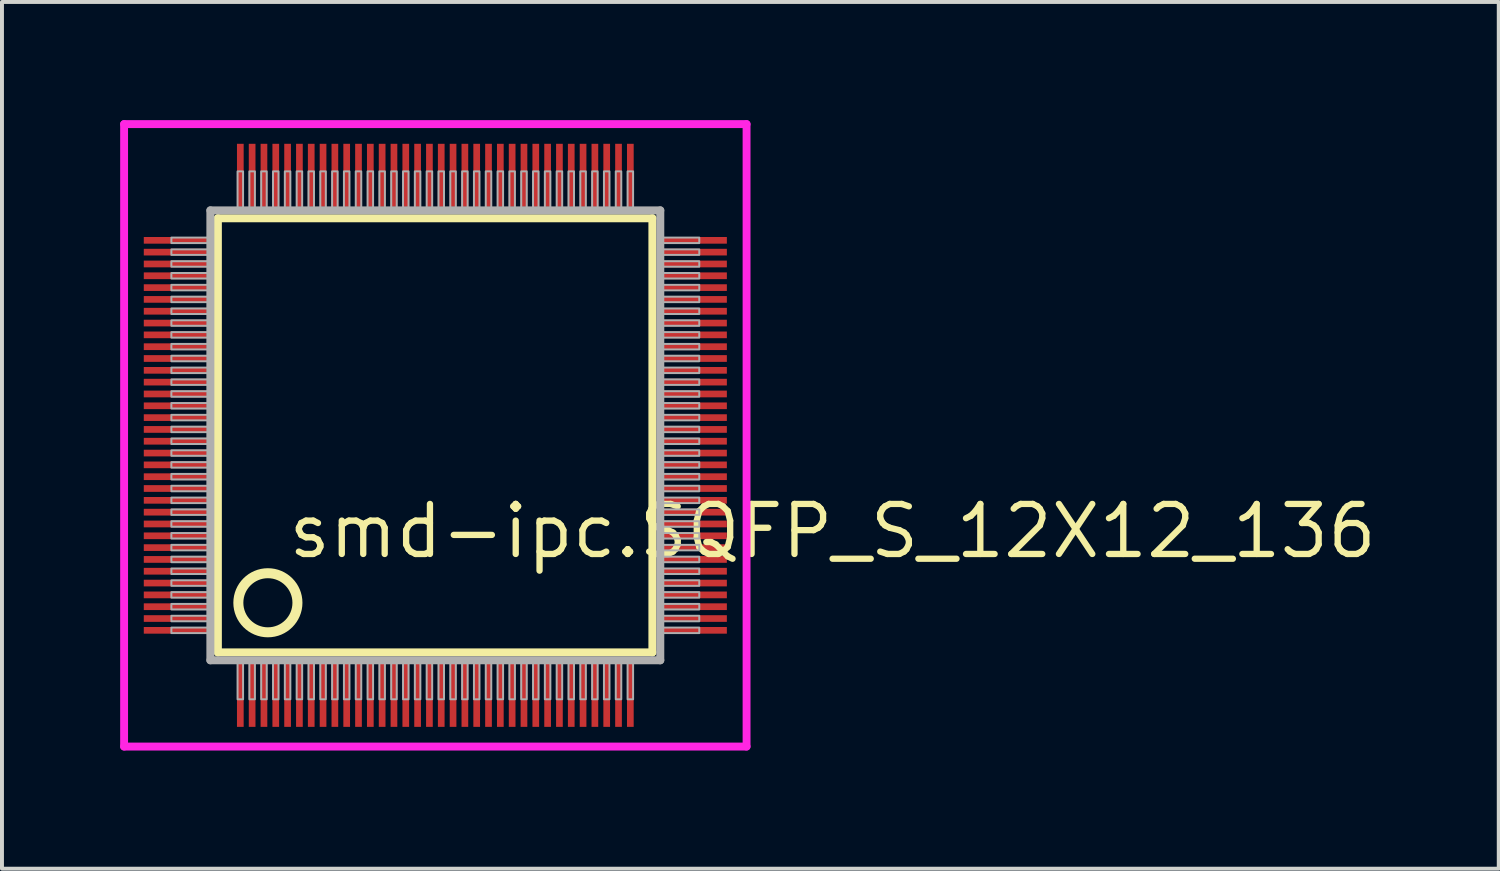
<source format=kicad_pcb>
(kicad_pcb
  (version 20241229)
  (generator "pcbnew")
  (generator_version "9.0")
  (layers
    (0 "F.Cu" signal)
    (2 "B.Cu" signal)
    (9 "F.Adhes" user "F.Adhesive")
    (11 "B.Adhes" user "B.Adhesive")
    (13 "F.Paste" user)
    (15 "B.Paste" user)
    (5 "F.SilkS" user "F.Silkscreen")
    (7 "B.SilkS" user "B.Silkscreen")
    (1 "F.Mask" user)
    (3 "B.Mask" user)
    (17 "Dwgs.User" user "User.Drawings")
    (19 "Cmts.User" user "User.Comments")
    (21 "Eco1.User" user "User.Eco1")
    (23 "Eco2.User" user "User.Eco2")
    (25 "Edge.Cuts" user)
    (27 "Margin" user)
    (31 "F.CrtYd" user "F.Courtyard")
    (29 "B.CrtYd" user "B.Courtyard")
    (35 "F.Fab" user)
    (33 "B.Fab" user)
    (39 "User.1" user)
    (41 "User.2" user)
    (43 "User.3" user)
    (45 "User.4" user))
  (footprint "smd-ipc.SQFP_S_12X12_136"
    (layer "F.Cu")
    (at 8 8)
    (property "Reference" "smd-ipc.SQFP_S_12X12_136" (at -3.81 3.175 0) (layer "F.SilkS") (effects (font (size 1.27 1.27) (thickness 0.16)) (justify left bottom)))
    (attr smd)
    (fp_line (start -5.52 -5.51) (end 5.51 -5.51) (stroke (width 0.203) (type default)) (layer "F.SilkS"))
    (fp_line (start -5.52 5.51) (end -5.52 -5.51) (stroke (width 0.203) (type default)) (layer "F.SilkS"))
    (fp_line (start 5.51 -5.51) (end 5.51 5.51) (stroke (width 0.203) (type default)) (layer "F.SilkS"))
    (fp_line (start 5.51 5.51) (end -5.52 5.51) (stroke (width 0.203) (type default)) (layer "F.SilkS"))
    (fp_circle (center -4.25 4.25) (end -3.5 4.25) (stroke (width 0.254) (type default)) (fill no) (layer "F.SilkS"))
    (fp_line (start -7.9 -7.9) (end 7.9 -7.9) (stroke (width 0.2) (type default)) (layer "F.CrtYd"))
    (fp_line (start -7.9 7.9) (end -7.9 -7.9) (stroke (width 0.2) (type default)) (layer "F.CrtYd"))
    (fp_line (start 7.9 -7.9) (end 7.9 7.9) (stroke (width 0.2) (type default)) (layer "F.CrtYd"))
    (fp_line (start 7.9 7.9) (end -7.9 7.9) (stroke (width 0.2) (type default)) (layer "F.CrtYd"))
    (fp_line (start -5.71 -5.71) (end -5.71 5.71) (stroke (width 0.203) (type default)) (layer "F.Fab"))
    (fp_line (start -5.71 5.71) (end 5.71 5.71) (stroke (width 0.203) (type default)) (layer "F.Fab"))
    (fp_line (start 5.71 -5.71) (end -5.71 -5.71) (stroke (width 0.203) (type default)) (layer "F.Fab"))
    (fp_line (start 5.71 5.71) (end 5.71 -5.71) (stroke (width 0.203) (type default)) (layer "F.Fab"))
    (fp_rect (start -6.7 -4.88) (end -5.75 -5.02) (stroke (width 0.05) (type default)) (fill no) (layer "F.Fab"))
    (fp_rect (start -6.7 -4.58) (end -5.75 -4.72) (stroke (width 0.05) (type default)) (fill no) (layer "F.Fab"))
    (fp_rect (start -6.7 -4.28) (end -5.75 -4.42) (stroke (width 0.05) (type default)) (fill no) (layer "F.Fab"))
    (fp_rect (start -6.7 -3.98) (end -5.75 -4.12) (stroke (width 0.05) (type default)) (fill no) (layer "F.Fab"))
    (fp_rect (start -6.7 -3.68) (end -5.75 -3.82) (stroke (width 0.05) (type default)) (fill no) (layer "F.Fab"))
    (fp_rect (start -6.7 -3.38) (end -5.75 -3.52) (stroke (width 0.05) (type default)) (fill no) (layer "F.Fab"))
    (fp_rect (start -6.7 -3.08) (end -5.75 -3.22) (stroke (width 0.05) (type default)) (fill no) (layer "F.Fab"))
    (fp_rect (start -6.7 -2.78) (end -5.75 -2.92) (stroke (width 0.05) (type default)) (fill no) (layer "F.Fab"))
    (fp_rect (start -6.7 -2.48) (end -5.75 -2.62) (stroke (width 0.05) (type default)) (fill no) (layer "F.Fab"))
    (fp_rect (start -6.7 -2.18) (end -5.75 -2.32) (stroke (width 0.05) (type default)) (fill no) (layer "F.Fab"))
    (fp_rect (start -6.7 -1.88) (end -5.75 -2.02) (stroke (width 0.05) (type default)) (fill no) (layer "F.Fab"))
    (fp_rect (start -6.7 -1.58) (end -5.75 -1.72) (stroke (width 0.05) (type default)) (fill no) (layer "F.Fab"))
    (fp_rect (start -6.7 -1.28) (end -5.75 -1.42) (stroke (width 0.05) (type default)) (fill no) (layer "F.Fab"))
    (fp_rect (start -6.7 -0.98) (end -5.75 -1.12) (stroke (width 0.05) (type default)) (fill no) (layer "F.Fab"))
    (fp_rect (start -6.7 -0.68) (end -5.75 -0.82) (stroke (width 0.05) (type default)) (fill no) (layer "F.Fab"))
    (fp_rect (start -6.7 -0.38) (end -5.75 -0.52) (stroke (width 0.05) (type default)) (fill no) (layer "F.Fab"))
    (fp_rect (start -6.7 -0.08) (end -5.75 -0.22) (stroke (width 0.05) (type default)) (fill no) (layer "F.Fab"))
    (fp_rect (start -6.7 0.22) (end -5.75 0.08) (stroke (width 0.05) (type default)) (fill no) (layer "F.Fab"))
    (fp_rect (start -6.7 0.52) (end -5.75 0.38) (stroke (width 0.05) (type default)) (fill no) (layer "F.Fab"))
    (fp_rect (start -6.7 0.82) (end -5.75 0.68) (stroke (width 0.05) (type default)) (fill no) (layer "F.Fab"))
    (fp_rect (start -6.7 1.12) (end -5.75 0.98) (stroke (width 0.05) (type default)) (fill no) (layer "F.Fab"))
    (fp_rect (start -6.7 1.42) (end -5.75 1.28) (stroke (width 0.05) (type default)) (fill no) (layer "F.Fab"))
    (fp_rect (start -6.7 1.72) (end -5.75 1.58) (stroke (width 0.05) (type default)) (fill no) (layer "F.Fab"))
    (fp_rect (start -6.7 2.02) (end -5.75 1.88) (stroke (width 0.05) (type default)) (fill no) (layer "F.Fab"))
    (fp_rect (start -6.7 2.32) (end -5.75 2.18) (stroke (width 0.05) (type default)) (fill no) (layer "F.Fab"))
    (fp_rect (start -6.7 2.62) (end -5.75 2.48) (stroke (width 0.05) (type default)) (fill no) (layer "F.Fab"))
    (fp_rect (start -6.7 2.92) (end -5.75 2.78) (stroke (width 0.05) (type default)) (fill no) (layer "F.Fab"))
    (fp_rect (start -6.7 3.22) (end -5.75 3.08) (stroke (width 0.05) (type default)) (fill no) (layer "F.Fab"))
    (fp_rect (start -6.7 3.52) (end -5.75 3.38) (stroke (width 0.05) (type default)) (fill no) (layer "F.Fab"))
    (fp_rect (start -6.7 3.82) (end -5.75 3.68) (stroke (width 0.05) (type default)) (fill no) (layer "F.Fab"))
    (fp_rect (start -6.7 4.12) (end -5.75 3.98) (stroke (width 0.05) (type default)) (fill no) (layer "F.Fab"))
    (fp_rect (start -6.7 4.42) (end -5.75 4.28) (stroke (width 0.05) (type default)) (fill no) (layer "F.Fab"))
    (fp_rect (start -6.7 4.72) (end -5.75 4.58) (stroke (width 0.05) (type default)) (fill no) (layer "F.Fab"))
    (fp_rect (start -6.7 5.02) (end -5.75 4.88) (stroke (width 0.05) (type default)) (fill no) (layer "F.Fab"))
    (fp_rect (start -5.02 -5.75) (end -4.88 -6.7) (stroke (width 0.05) (type default)) (fill no) (layer "F.Fab"))
    (fp_rect (start -5.02 6.7) (end -4.88 5.75) (stroke (width 0.05) (type default)) (fill no) (layer "F.Fab"))
    (fp_rect (start -4.72 -5.75) (end -4.58 -6.7) (stroke (width 0.05) (type default)) (fill no) (layer "F.Fab"))
    (fp_rect (start -4.72 6.7) (end -4.58 5.75) (stroke (width 0.05) (type default)) (fill no) (layer "F.Fab"))
    (fp_rect (start -4.42 -5.75) (end -4.28 -6.7) (stroke (width 0.05) (type default)) (fill no) (layer "F.Fab"))
    (fp_rect (start -4.42 6.7) (end -4.28 5.75) (stroke (width 0.05) (type default)) (fill no) (layer "F.Fab"))
    (fp_rect (start -4.12 -5.75) (end -3.98 -6.7) (stroke (width 0.05) (type default)) (fill no) (layer "F.Fab"))
    (fp_rect (start -4.12 6.7) (end -3.98 5.75) (stroke (width 0.05) (type default)) (fill no) (layer "F.Fab"))
    (fp_rect (start -3.82 -5.75) (end -3.68 -6.7) (stroke (width 0.05) (type default)) (fill no) (layer "F.Fab"))
    (fp_rect (start -3.82 6.7) (end -3.68 5.75) (stroke (width 0.05) (type default)) (fill no) (layer "F.Fab"))
    (fp_rect (start -3.52 -5.75) (end -3.38 -6.7) (stroke (width 0.05) (type default)) (fill no) (layer "F.Fab"))
    (fp_rect (start -3.52 6.7) (end -3.38 5.75) (stroke (width 0.05) (type default)) (fill no) (layer "F.Fab"))
    (fp_rect (start -3.22 -5.75) (end -3.08 -6.7) (stroke (width 0.05) (type default)) (fill no) (layer "F.Fab"))
    (fp_rect (start -3.22 6.7) (end -3.08 5.75) (stroke (width 0.05) (type default)) (fill no) (layer "F.Fab"))
    (fp_rect (start -2.92 -5.75) (end -2.78 -6.7) (stroke (width 0.05) (type default)) (fill no) (layer "F.Fab"))
    (fp_rect (start -2.92 6.7) (end -2.78 5.75) (stroke (width 0.05) (type default)) (fill no) (layer "F.Fab"))
    (fp_rect (start -2.62 -5.75) (end -2.48 -6.7) (stroke (width 0.05) (type default)) (fill no) (layer "F.Fab"))
    (fp_rect (start -2.62 6.7) (end -2.48 5.75) (stroke (width 0.05) (type default)) (fill no) (layer "F.Fab"))
    (fp_rect (start -2.32 -5.75) (end -2.18 -6.7) (stroke (width 0.05) (type default)) (fill no) (layer "F.Fab"))
    (fp_rect (start -2.32 6.7) (end -2.18 5.75) (stroke (width 0.05) (type default)) (fill no) (layer "F.Fab"))
    (fp_rect (start -2.02 -5.75) (end -1.88 -6.7) (stroke (width 0.05) (type default)) (fill no) (layer "F.Fab"))
    (fp_rect (start -2.02 6.7) (end -1.88 5.75) (stroke (width 0.05) (type default)) (fill no) (layer "F.Fab"))
    (fp_rect (start -1.72 -5.75) (end -1.58 -6.7) (stroke (width 0.05) (type default)) (fill no) (layer "F.Fab"))
    (fp_rect (start -1.72 6.7) (end -1.58 5.75) (stroke (width 0.05) (type default)) (fill no) (layer "F.Fab"))
    (fp_rect (start -1.42 -5.75) (end -1.28 -6.7) (stroke (width 0.05) (type default)) (fill no) (layer "F.Fab"))
    (fp_rect (start -1.42 6.7) (end -1.28 5.75) (stroke (width 0.05) (type default)) (fill no) (layer "F.Fab"))
    (fp_rect (start -1.12 -5.75) (end -0.98 -6.7) (stroke (width 0.05) (type default)) (fill no) (layer "F.Fab"))
    (fp_rect (start -1.12 6.7) (end -0.98 5.75) (stroke (width 0.05) (type default)) (fill no) (layer "F.Fab"))
    (fp_rect (start -0.82 -5.75) (end -0.68 -6.7) (stroke (width 0.05) (type default)) (fill no) (layer "F.Fab"))
    (fp_rect (start -0.82 6.7) (end -0.68 5.75) (stroke (width 0.05) (type default)) (fill no) (layer "F.Fab"))
    (fp_rect (start -0.52 -5.75) (end -0.38 -6.7) (stroke (width 0.05) (type default)) (fill no) (layer "F.Fab"))
    (fp_rect (start -0.52 6.7) (end -0.38 5.75) (stroke (width 0.05) (type default)) (fill no) (layer "F.Fab"))
    (fp_rect (start -0.22 -5.75) (end -0.08 -6.7) (stroke (width 0.05) (type default)) (fill no) (layer "F.Fab"))
    (fp_rect (start -0.22 6.7) (end -0.08 5.75) (stroke (width 0.05) (type default)) (fill no) (layer "F.Fab"))
    (fp_rect (start 0.08 -5.75) (end 0.22 -6.7) (stroke (width 0.05) (type default)) (fill no) (layer "F.Fab"))
    (fp_rect (start 0.08 6.7) (end 0.22 5.75) (stroke (width 0.05) (type default)) (fill no) (layer "F.Fab"))
    (fp_rect (start 0.38 -5.75) (end 0.52 -6.7) (stroke (width 0.05) (type default)) (fill no) (layer "F.Fab"))
    (fp_rect (start 0.38 6.7) (end 0.52 5.75) (stroke (width 0.05) (type default)) (fill no) (layer "F.Fab"))
    (fp_rect (start 0.68 -5.75) (end 0.82 -6.7) (stroke (width 0.05) (type default)) (fill no) (layer "F.Fab"))
    (fp_rect (start 0.68 6.7) (end 0.82 5.75) (stroke (width 0.05) (type default)) (fill no) (layer "F.Fab"))
    (fp_rect (start 0.98 -5.75) (end 1.12 -6.7) (stroke (width 0.05) (type default)) (fill no) (layer "F.Fab"))
    (fp_rect (start 0.98 6.7) (end 1.12 5.75) (stroke (width 0.05) (type default)) (fill no) (layer "F.Fab"))
    (fp_rect (start 1.28 -5.75) (end 1.42 -6.7) (stroke (width 0.05) (type default)) (fill no) (layer "F.Fab"))
    (fp_rect (start 1.28 6.7) (end 1.42 5.75) (stroke (width 0.05) (type default)) (fill no) (layer "F.Fab"))
    (fp_rect (start 1.58 -5.75) (end 1.72 -6.7) (stroke (width 0.05) (type default)) (fill no) (layer "F.Fab"))
    (fp_rect (start 1.58 6.7) (end 1.72 5.75) (stroke (width 0.05) (type default)) (fill no) (layer "F.Fab"))
    (fp_rect (start 1.88 -5.75) (end 2.02 -6.7) (stroke (width 0.05) (type default)) (fill no) (layer "F.Fab"))
    (fp_rect (start 1.88 6.7) (end 2.02 5.75) (stroke (width 0.05) (type default)) (fill no) (layer "F.Fab"))
    (fp_rect (start 2.18 -5.75) (end 2.32 -6.7) (stroke (width 0.05) (type default)) (fill no) (layer "F.Fab"))
    (fp_rect (start 2.18 6.7) (end 2.32 5.75) (stroke (width 0.05) (type default)) (fill no) (layer "F.Fab"))
    (fp_rect (start 2.48 -5.75) (end 2.62 -6.7) (stroke (width 0.05) (type default)) (fill no) (layer "F.Fab"))
    (fp_rect (start 2.48 6.7) (end 2.62 5.75) (stroke (width 0.05) (type default)) (fill no) (layer "F.Fab"))
    (fp_rect (start 2.78 -5.75) (end 2.92 -6.7) (stroke (width 0.05) (type default)) (fill no) (layer "F.Fab"))
    (fp_rect (start 2.78 6.7) (end 2.92 5.75) (stroke (width 0.05) (type default)) (fill no) (layer "F.Fab"))
    (fp_rect (start 3.08 -5.75) (end 3.22 -6.7) (stroke (width 0.05) (type default)) (fill no) (layer "F.Fab"))
    (fp_rect (start 3.08 6.7) (end 3.22 5.75) (stroke (width 0.05) (type default)) (fill no) (layer "F.Fab"))
    (fp_rect (start 3.38 -5.75) (end 3.52 -6.7) (stroke (width 0.05) (type default)) (fill no) (layer "F.Fab"))
    (fp_rect (start 3.38 6.7) (end 3.52 5.75) (stroke (width 0.05) (type default)) (fill no) (layer "F.Fab"))
    (fp_rect (start 3.68 -5.75) (end 3.82 -6.7) (stroke (width 0.05) (type default)) (fill no) (layer "F.Fab"))
    (fp_rect (start 3.68 6.7) (end 3.82 5.75) (stroke (width 0.05) (type default)) (fill no) (layer "F.Fab"))
    (fp_rect (start 3.98 -5.75) (end 4.12 -6.7) (stroke (width 0.05) (type default)) (fill no) (layer "F.Fab"))
    (fp_rect (start 3.98 6.7) (end 4.12 5.75) (stroke (width 0.05) (type default)) (fill no) (layer "F.Fab"))
    (fp_rect (start 4.28 -5.75) (end 4.42 -6.7) (stroke (width 0.05) (type default)) (fill no) (layer "F.Fab"))
    (fp_rect (start 4.28 6.7) (end 4.42 5.75) (stroke (width 0.05) (type default)) (fill no) (layer "F.Fab"))
    (fp_rect (start 4.58 -5.75) (end 4.72 -6.7) (stroke (width 0.05) (type default)) (fill no) (layer "F.Fab"))
    (fp_rect (start 4.58 6.7) (end 4.72 5.75) (stroke (width 0.05) (type default)) (fill no) (layer "F.Fab"))
    (fp_rect (start 4.88 -5.75) (end 5.02 -6.7) (stroke (width 0.05) (type default)) (fill no) (layer "F.Fab"))
    (fp_rect (start 4.88 6.7) (end 5.02 5.75) (stroke (width 0.05) (type default)) (fill no) (layer "F.Fab"))
    (fp_rect (start 5.75 -4.88) (end 6.7 -5.02) (stroke (width 0.05) (type default)) (fill no) (layer "F.Fab"))
    (fp_rect (start 5.75 -4.58) (end 6.7 -4.72) (stroke (width 0.05) (type default)) (fill no) (layer "F.Fab"))
    (fp_rect (start 5.75 -4.28) (end 6.7 -4.42) (stroke (width 0.05) (type default)) (fill no) (layer "F.Fab"))
    (fp_rect (start 5.75 -3.98) (end 6.7 -4.12) (stroke (width 0.05) (type default)) (fill no) (layer "F.Fab"))
    (fp_rect (start 5.75 -3.68) (end 6.7 -3.82) (stroke (width 0.05) (type default)) (fill no) (layer "F.Fab"))
    (fp_rect (start 5.75 -3.38) (end 6.7 -3.52) (stroke (width 0.05) (type default)) (fill no) (layer "F.Fab"))
    (fp_rect (start 5.75 -3.08) (end 6.7 -3.22) (stroke (width 0.05) (type default)) (fill no) (layer "F.Fab"))
    (fp_rect (start 5.75 -2.78) (end 6.7 -2.92) (stroke (width 0.05) (type default)) (fill no) (layer "F.Fab"))
    (fp_rect (start 5.75 -2.48) (end 6.7 -2.62) (stroke (width 0.05) (type default)) (fill no) (layer "F.Fab"))
    (fp_rect (start 5.75 -2.18) (end 6.7 -2.32) (stroke (width 0.05) (type default)) (fill no) (layer "F.Fab"))
    (fp_rect (start 5.75 -1.88) (end 6.7 -2.02) (stroke (width 0.05) (type default)) (fill no) (layer "F.Fab"))
    (fp_rect (start 5.75 -1.58) (end 6.7 -1.72) (stroke (width 0.05) (type default)) (fill no) (layer "F.Fab"))
    (fp_rect (start 5.75 -1.28) (end 6.7 -1.42) (stroke (width 0.05) (type default)) (fill no) (layer "F.Fab"))
    (fp_rect (start 5.75 -0.98) (end 6.7 -1.12) (stroke (width 0.05) (type default)) (fill no) (layer "F.Fab"))
    (fp_rect (start 5.75 -0.68) (end 6.7 -0.82) (stroke (width 0.05) (type default)) (fill no) (layer "F.Fab"))
    (fp_rect (start 5.75 -0.38) (end 6.7 -0.52) (stroke (width 0.05) (type default)) (fill no) (layer "F.Fab"))
    (fp_rect (start 5.75 -0.08) (end 6.7 -0.22) (stroke (width 0.05) (type default)) (fill no) (layer "F.Fab"))
    (fp_rect (start 5.75 0.22) (end 6.7 0.08) (stroke (width 0.05) (type default)) (fill no) (layer "F.Fab"))
    (fp_rect (start 5.75 0.52) (end 6.7 0.38) (stroke (width 0.05) (type default)) (fill no) (layer "F.Fab"))
    (fp_rect (start 5.75 0.82) (end 6.7 0.68) (stroke (width 0.05) (type default)) (fill no) (layer "F.Fab"))
    (fp_rect (start 5.75 1.12) (end 6.7 0.98) (stroke (width 0.05) (type default)) (fill no) (layer "F.Fab"))
    (fp_rect (start 5.75 1.42) (end 6.7 1.28) (stroke (width 0.05) (type default)) (fill no) (layer "F.Fab"))
    (fp_rect (start 5.75 1.72) (end 6.7 1.58) (stroke (width 0.05) (type default)) (fill no) (layer "F.Fab"))
    (fp_rect (start 5.75 2.02) (end 6.7 1.88) (stroke (width 0.05) (type default)) (fill no) (layer "F.Fab"))
    (fp_rect (start 5.75 2.32) (end 6.7 2.18) (stroke (width 0.05) (type default)) (fill no) (layer "F.Fab"))
    (fp_rect (start 5.75 2.62) (end 6.7 2.48) (stroke (width 0.05) (type default)) (fill no) (layer "F.Fab"))
    (fp_rect (start 5.75 2.92) (end 6.7 2.78) (stroke (width 0.05) (type default)) (fill no) (layer "F.Fab"))
    (fp_rect (start 5.75 3.22) (end 6.7 3.08) (stroke (width 0.05) (type default)) (fill no) (layer "F.Fab"))
    (fp_rect (start 5.75 3.52) (end 6.7 3.38) (stroke (width 0.05) (type default)) (fill no) (layer "F.Fab"))
    (fp_rect (start 5.75 3.82) (end 6.7 3.68) (stroke (width 0.05) (type default)) (fill no) (layer "F.Fab"))
    (fp_rect (start 5.75 4.12) (end 6.7 3.98) (stroke (width 0.05) (type default)) (fill no) (layer "F.Fab"))
    (fp_rect (start 5.75 4.42) (end 6.7 4.28) (stroke (width 0.05) (type default)) (fill no) (layer "F.Fab"))
    (fp_rect (start 5.75 4.72) (end 6.7 4.58) (stroke (width 0.05) (type default)) (fill no) (layer "F.Fab"))
    (fp_rect (start 5.75 5.02) (end 6.7 4.88) (stroke (width 0.05) (type default)) (fill no) (layer "F.Fab"))
    (pad "1" smd roundrect (at -4.95 6.6) (size 0.17 1.6) (layers "F.Cu" "F.Mask" "F.Paste") (roundrect_rratio 0.01))
    (pad "2" smd roundrect (at -4.65 6.6) (size 0.17 1.6) (layers "F.Cu" "F.Mask" "F.Paste") (roundrect_rratio 0.01))
    (pad "3" smd roundrect (at -4.35 6.6) (size 0.17 1.6) (layers "F.Cu" "F.Mask" "F.Paste") (roundrect_rratio 0.01))
    (pad "4" smd roundrect (at -4.05 6.6) (size 0.17 1.6) (layers "F.Cu" "F.Mask" "F.Paste") (roundrect_rratio 0.01))
    (pad "5" smd roundrect (at -3.75 6.6) (size 0.17 1.6) (layers "F.Cu" "F.Mask" "F.Paste") (roundrect_rratio 0.01))
    (pad "6" smd roundrect (at -3.45 6.6) (size 0.17 1.6) (layers "F.Cu" "F.Mask" "F.Paste") (roundrect_rratio 0.01))
    (pad "7" smd roundrect (at -3.15 6.6) (size 0.17 1.6) (layers "F.Cu" "F.Mask" "F.Paste") (roundrect_rratio 0.01))
    (pad "8" smd roundrect (at -2.85 6.6) (size 0.17 1.6) (layers "F.Cu" "F.Mask" "F.Paste") (roundrect_rratio 0.01))
    (pad "9" smd roundrect (at -2.55 6.6) (size 0.17 1.6) (layers "F.Cu" "F.Mask" "F.Paste") (roundrect_rratio 0.01))
    (pad "10" smd roundrect (at -2.25 6.6) (size 0.17 1.6) (layers "F.Cu" "F.Mask" "F.Paste") (roundrect_rratio 0.01))
    (pad "11" smd roundrect (at -1.95 6.6) (size 0.17 1.6) (layers "F.Cu" "F.Mask" "F.Paste") (roundrect_rratio 0.01))
    (pad "12" smd roundrect (at -1.65 6.6) (size 0.17 1.6) (layers "F.Cu" "F.Mask" "F.Paste") (roundrect_rratio 0.01))
    (pad "13" smd roundrect (at -1.35 6.6) (size 0.17 1.6) (layers "F.Cu" "F.Mask" "F.Paste") (roundrect_rratio 0.01))
    (pad "14" smd roundrect (at -1.05 6.6) (size 0.17 1.6) (layers "F.Cu" "F.Mask" "F.Paste") (roundrect_rratio 0.01))
    (pad "15" smd roundrect (at -0.75 6.6) (size 0.17 1.6) (layers "F.Cu" "F.Mask" "F.Paste") (roundrect_rratio 0.01))
    (pad "16" smd roundrect (at -0.45 6.6) (size 0.17 1.6) (layers "F.Cu" "F.Mask" "F.Paste") (roundrect_rratio 0.01))
    (pad "17" smd roundrect (at -0.15 6.6) (size 0.17 1.6) (layers "F.Cu" "F.Mask" "F.Paste") (roundrect_rratio 0.01))
    (pad "18" smd roundrect (at 0.15 6.6) (size 0.17 1.6) (layers "F.Cu" "F.Mask" "F.Paste") (roundrect_rratio 0.01))
    (pad "19" smd roundrect (at 0.45 6.6) (size 0.17 1.6) (layers "F.Cu" "F.Mask" "F.Paste") (roundrect_rratio 0.01))
    (pad "20" smd roundrect (at 0.75 6.6) (size 0.17 1.6) (layers "F.Cu" "F.Mask" "F.Paste") (roundrect_rratio 0.01))
    (pad "21" smd roundrect (at 1.05 6.6) (size 0.17 1.6) (layers "F.Cu" "F.Mask" "F.Paste") (roundrect_rratio 0.01))
    (pad "22" smd roundrect (at 1.35 6.6) (size 0.17 1.6) (layers "F.Cu" "F.Mask" "F.Paste") (roundrect_rratio 0.01))
    (pad "23" smd roundrect (at 1.65 6.6) (size 0.17 1.6) (layers "F.Cu" "F.Mask" "F.Paste") (roundrect_rratio 0.01))
    (pad "24" smd roundrect (at 1.95 6.6) (size 0.17 1.6) (layers "F.Cu" "F.Mask" "F.Paste") (roundrect_rratio 0.01))
    (pad "25" smd roundrect (at 2.25 6.6) (size 0.17 1.6) (layers "F.Cu" "F.Mask" "F.Paste") (roundrect_rratio 0.01))
    (pad "26" smd roundrect (at 2.55 6.6) (size 0.17 1.6) (layers "F.Cu" "F.Mask" "F.Paste") (roundrect_rratio 0.01))
    (pad "27" smd roundrect (at 2.85 6.6) (size 0.17 1.6) (layers "F.Cu" "F.Mask" "F.Paste") (roundrect_rratio 0.01))
    (pad "28" smd roundrect (at 3.15 6.6) (size 0.17 1.6) (layers "F.Cu" "F.Mask" "F.Paste") (roundrect_rratio 0.01))
    (pad "29" smd roundrect (at 3.45 6.6) (size 0.17 1.6) (layers "F.Cu" "F.Mask" "F.Paste") (roundrect_rratio 0.01))
    (pad "30" smd roundrect (at 3.75 6.6) (size 0.17 1.6) (layers "F.Cu" "F.Mask" "F.Paste") (roundrect_rratio 0.01))
    (pad "31" smd roundrect (at 4.05 6.6) (size 0.17 1.6) (layers "F.Cu" "F.Mask" "F.Paste") (roundrect_rratio 0.01))
    (pad "32" smd roundrect (at 4.35 6.6) (size 0.17 1.6) (layers "F.Cu" "F.Mask" "F.Paste") (roundrect_rratio 0.01))
    (pad "33" smd roundrect (at 4.65 6.6) (size 0.17 1.6) (layers "F.Cu" "F.Mask" "F.Paste") (roundrect_rratio 0.01))
    (pad "34" smd roundrect (at 4.95 6.6) (size 0.17 1.6) (layers "F.Cu" "F.Mask" "F.Paste") (roundrect_rratio 0.01))
    (pad "35" smd roundrect (at 6.6 4.95) (size 1.6 0.17) (layers "F.Cu" "F.Mask" "F.Paste") (roundrect_rratio 0.01))
    (pad "36" smd roundrect (at 6.6 4.65) (size 1.6 0.17) (layers "F.Cu" "F.Mask" "F.Paste") (roundrect_rratio 0.01))
    (pad "37" smd roundrect (at 6.6 4.35) (size 1.6 0.17) (layers "F.Cu" "F.Mask" "F.Paste") (roundrect_rratio 0.01))
    (pad "38" smd roundrect (at 6.6 4.05) (size 1.6 0.17) (layers "F.Cu" "F.Mask" "F.Paste") (roundrect_rratio 0.01))
    (pad "39" smd roundrect (at 6.6 3.75) (size 1.6 0.17) (layers "F.Cu" "F.Mask" "F.Paste") (roundrect_rratio 0.01))
    (pad "40" smd roundrect (at 6.6 3.45) (size 1.6 0.17) (layers "F.Cu" "F.Mask" "F.Paste") (roundrect_rratio 0.01))
    (pad "41" smd roundrect (at 6.6 3.15) (size 1.6 0.17) (layers "F.Cu" "F.Mask" "F.Paste") (roundrect_rratio 0.01))
    (pad "42" smd roundrect (at 6.6 2.85) (size 1.6 0.17) (layers "F.Cu" "F.Mask" "F.Paste") (roundrect_rratio 0.01))
    (pad "43" smd roundrect (at 6.6 2.55) (size 1.6 0.17) (layers "F.Cu" "F.Mask" "F.Paste") (roundrect_rratio 0.01))
    (pad "44" smd roundrect (at 6.6 2.25) (size 1.6 0.17) (layers "F.Cu" "F.Mask" "F.Paste") (roundrect_rratio 0.01))
    (pad "45" smd roundrect (at 6.6 1.95) (size 1.6 0.17) (layers "F.Cu" "F.Mask" "F.Paste") (roundrect_rratio 0.01))
    (pad "46" smd roundrect (at 6.6 1.65) (size 1.6 0.17) (layers "F.Cu" "F.Mask" "F.Paste") (roundrect_rratio 0.01))
    (pad "47" smd roundrect (at 6.6 1.35) (size 1.6 0.17) (layers "F.Cu" "F.Mask" "F.Paste") (roundrect_rratio 0.01))
    (pad "48" smd roundrect (at 6.6 1.05) (size 1.6 0.17) (layers "F.Cu" "F.Mask" "F.Paste") (roundrect_rratio 0.01))
    (pad "49" smd roundrect (at 6.6 0.75) (size 1.6 0.17) (layers "F.Cu" "F.Mask" "F.Paste") (roundrect_rratio 0.01))
    (pad "50" smd roundrect (at 6.6 0.45) (size 1.6 0.17) (layers "F.Cu" "F.Mask" "F.Paste") (roundrect_rratio 0.01))
    (pad "51" smd roundrect (at 6.6 0.15) (size 1.6 0.17) (layers "F.Cu" "F.Mask" "F.Paste") (roundrect_rratio 0.01))
    (pad "52" smd roundrect (at 6.6 -0.15) (size 1.6 0.17) (layers "F.Cu" "F.Mask" "F.Paste") (roundrect_rratio 0.01))
    (pad "53" smd roundrect (at 6.6 -0.45) (size 1.6 0.17) (layers "F.Cu" "F.Mask" "F.Paste") (roundrect_rratio 0.01))
    (pad "54" smd roundrect (at 6.6 -0.75) (size 1.6 0.17) (layers "F.Cu" "F.Mask" "F.Paste") (roundrect_rratio 0.01))
    (pad "55" smd roundrect (at 6.6 -1.05) (size 1.6 0.17) (layers "F.Cu" "F.Mask" "F.Paste") (roundrect_rratio 0.01))
    (pad "56" smd roundrect (at 6.6 -1.35) (size 1.6 0.17) (layers "F.Cu" "F.Mask" "F.Paste") (roundrect_rratio 0.01))
    (pad "57" smd roundrect (at 6.6 -1.65) (size 1.6 0.17) (layers "F.Cu" "F.Mask" "F.Paste") (roundrect_rratio 0.01))
    (pad "58" smd roundrect (at 6.6 -1.95) (size 1.6 0.17) (layers "F.Cu" "F.Mask" "F.Paste") (roundrect_rratio 0.01))
    (pad "59" smd roundrect (at 6.6 -2.25) (size 1.6 0.17) (layers "F.Cu" "F.Mask" "F.Paste") (roundrect_rratio 0.01))
    (pad "60" smd roundrect (at 6.6 -2.55) (size 1.6 0.17) (layers "F.Cu" "F.Mask" "F.Paste") (roundrect_rratio 0.01))
    (pad "61" smd roundrect (at 6.6 -2.85) (size 1.6 0.17) (layers "F.Cu" "F.Mask" "F.Paste") (roundrect_rratio 0.01))
    (pad "62" smd roundrect (at 6.6 -3.15) (size 1.6 0.17) (layers "F.Cu" "F.Mask" "F.Paste") (roundrect_rratio 0.01))
    (pad "63" smd roundrect (at 6.6 -3.45) (size 1.6 0.17) (layers "F.Cu" "F.Mask" "F.Paste") (roundrect_rratio 0.01))
    (pad "64" smd roundrect (at 6.6 -3.75) (size 1.6 0.17) (layers "F.Cu" "F.Mask" "F.Paste") (roundrect_rratio 0.01))
    (pad "65" smd roundrect (at 6.6 -4.05) (size 1.6 0.17) (layers "F.Cu" "F.Mask" "F.Paste") (roundrect_rratio 0.01))
    (pad "66" smd roundrect (at 6.6 -4.35) (size 1.6 0.17) (layers "F.Cu" "F.Mask" "F.Paste") (roundrect_rratio 0.01))
    (pad "67" smd roundrect (at 6.6 -4.65) (size 1.6 0.17) (layers "F.Cu" "F.Mask" "F.Paste") (roundrect_rratio 0.01))
    (pad "68" smd roundrect (at 6.6 -4.95) (size 1.6 0.17) (layers "F.Cu" "F.Mask" "F.Paste") (roundrect_rratio 0.01))
    (pad "69" smd roundrect (at 4.95 -6.6) (size 0.17 1.6) (layers "F.Cu" "F.Mask" "F.Paste") (roundrect_rratio 0.01))
    (pad "70" smd roundrect (at 4.65 -6.6) (size 0.17 1.6) (layers "F.Cu" "F.Mask" "F.Paste") (roundrect_rratio 0.01))
    (pad "71" smd roundrect (at 4.35 -6.6) (size 0.17 1.6) (layers "F.Cu" "F.Mask" "F.Paste") (roundrect_rratio 0.01))
    (pad "72" smd roundrect (at 4.05 -6.6) (size 0.17 1.6) (layers "F.Cu" "F.Mask" "F.Paste") (roundrect_rratio 0.01))
    (pad "73" smd roundrect (at 3.75 -6.6) (size 0.17 1.6) (layers "F.Cu" "F.Mask" "F.Paste") (roundrect_rratio 0.01))
    (pad "74" smd roundrect (at 3.45 -6.6) (size 0.17 1.6) (layers "F.Cu" "F.Mask" "F.Paste") (roundrect_rratio 0.01))
    (pad "75" smd roundrect (at 3.15 -6.6) (size 0.17 1.6) (layers "F.Cu" "F.Mask" "F.Paste") (roundrect_rratio 0.01))
    (pad "76" smd roundrect (at 2.85 -6.6) (size 0.17 1.6) (layers "F.Cu" "F.Mask" "F.Paste") (roundrect_rratio 0.01))
    (pad "77" smd roundrect (at 2.55 -6.6) (size 0.17 1.6) (layers "F.Cu" "F.Mask" "F.Paste") (roundrect_rratio 0.01))
    (pad "78" smd roundrect (at 2.25 -6.6) (size 0.17 1.6) (layers "F.Cu" "F.Mask" "F.Paste") (roundrect_rratio 0.01))
    (pad "79" smd roundrect (at 1.95 -6.6) (size 0.17 1.6) (layers "F.Cu" "F.Mask" "F.Paste") (roundrect_rratio 0.01))
    (pad "80" smd roundrect (at 1.65 -6.6) (size 0.17 1.6) (layers "F.Cu" "F.Mask" "F.Paste") (roundrect_rratio 0.01))
    (pad "81" smd roundrect (at 1.35 -6.6) (size 0.17 1.6) (layers "F.Cu" "F.Mask" "F.Paste") (roundrect_rratio 0.01))
    (pad "82" smd roundrect (at 1.05 -6.6) (size 0.17 1.6) (layers "F.Cu" "F.Mask" "F.Paste") (roundrect_rratio 0.01))
    (pad "83" smd roundrect (at 0.75 -6.6) (size 0.17 1.6) (layers "F.Cu" "F.Mask" "F.Paste") (roundrect_rratio 0.01))
    (pad "84" smd roundrect (at 0.45 -6.6) (size 0.17 1.6) (layers "F.Cu" "F.Mask" "F.Paste") (roundrect_rratio 0.01))
    (pad "85" smd roundrect (at 0.15 -6.6) (size 0.17 1.6) (layers "F.Cu" "F.Mask" "F.Paste") (roundrect_rratio 0.01))
    (pad "86" smd roundrect (at -0.15 -6.6) (size 0.17 1.6) (layers "F.Cu" "F.Mask" "F.Paste") (roundrect_rratio 0.01))
    (pad "87" smd roundrect (at -0.45 -6.6) (size 0.17 1.6) (layers "F.Cu" "F.Mask" "F.Paste") (roundrect_rratio 0.01))
    (pad "88" smd roundrect (at -0.75 -6.6) (size 0.17 1.6) (layers "F.Cu" "F.Mask" "F.Paste") (roundrect_rratio 0.01))
    (pad "89" smd roundrect (at -1.05 -6.6) (size 0.17 1.6) (layers "F.Cu" "F.Mask" "F.Paste") (roundrect_rratio 0.01))
    (pad "90" smd roundrect (at -1.35 -6.6) (size 0.17 1.6) (layers "F.Cu" "F.Mask" "F.Paste") (roundrect_rratio 0.01))
    (pad "91" smd roundrect (at -1.65 -6.6) (size 0.17 1.6) (layers "F.Cu" "F.Mask" "F.Paste") (roundrect_rratio 0.01))
    (pad "92" smd roundrect (at -1.95 -6.6) (size 0.17 1.6) (layers "F.Cu" "F.Mask" "F.Paste") (roundrect_rratio 0.01))
    (pad "93" smd roundrect (at -2.25 -6.6) (size 0.17 1.6) (layers "F.Cu" "F.Mask" "F.Paste") (roundrect_rratio 0.01))
    (pad "94" smd roundrect (at -2.55 -6.6) (size 0.17 1.6) (layers "F.Cu" "F.Mask" "F.Paste") (roundrect_rratio 0.01))
    (pad "95" smd roundrect (at -2.85 -6.6) (size 0.17 1.6) (layers "F.Cu" "F.Mask" "F.Paste") (roundrect_rratio 0.01))
    (pad "96" smd roundrect (at -3.15 -6.6) (size 0.17 1.6) (layers "F.Cu" "F.Mask" "F.Paste") (roundrect_rratio 0.01))
    (pad "97" smd roundrect (at -3.45 -6.6) (size 0.17 1.6) (layers "F.Cu" "F.Mask" "F.Paste") (roundrect_rratio 0.01))
    (pad "98" smd roundrect (at -3.75 -6.6) (size 0.17 1.6) (layers "F.Cu" "F.Mask" "F.Paste") (roundrect_rratio 0.01))
    (pad "99" smd roundrect (at -4.05 -6.6) (size 0.17 1.6) (layers "F.Cu" "F.Mask" "F.Paste") (roundrect_rratio 0.01))
    (pad "100" smd roundrect (at -4.35 -6.6) (size 0.17 1.6) (layers "F.Cu" "F.Mask" "F.Paste") (roundrect_rratio 0.01))
    (pad "101" smd roundrect (at -4.65 -6.6) (size 0.17 1.6) (layers "F.Cu" "F.Mask" "F.Paste") (roundrect_rratio 0.01))
    (pad "102" smd roundrect (at -4.95 -6.6) (size 0.17 1.6) (layers "F.Cu" "F.Mask" "F.Paste") (roundrect_rratio 0.01))
    (pad "103" smd roundrect (at -6.6 -4.95) (size 1.6 0.17) (layers "F.Cu" "F.Mask" "F.Paste") (roundrect_rratio 0.01))
    (pad "104" smd roundrect (at -6.6 -4.65) (size 1.6 0.17) (layers "F.Cu" "F.Mask" "F.Paste") (roundrect_rratio 0.01))
    (pad "105" smd roundrect (at -6.6 -4.35) (size 1.6 0.17) (layers "F.Cu" "F.Mask" "F.Paste") (roundrect_rratio 0.01))
    (pad "106" smd roundrect (at -6.6 -4.05) (size 1.6 0.17) (layers "F.Cu" "F.Mask" "F.Paste") (roundrect_rratio 0.01))
    (pad "107" smd roundrect (at -6.6 -3.75) (size 1.6 0.17) (layers "F.Cu" "F.Mask" "F.Paste") (roundrect_rratio 0.01))
    (pad "108" smd roundrect (at -6.6 -3.45) (size 1.6 0.17) (layers "F.Cu" "F.Mask" "F.Paste") (roundrect_rratio 0.01))
    (pad "109" smd roundrect (at -6.6 -3.15) (size 1.6 0.17) (layers "F.Cu" "F.Mask" "F.Paste") (roundrect_rratio 0.01))
    (pad "110" smd roundrect (at -6.6 -2.85) (size 1.6 0.17) (layers "F.Cu" "F.Mask" "F.Paste") (roundrect_rratio 0.01))
    (pad "111" smd roundrect (at -6.6 -2.55) (size 1.6 0.17) (layers "F.Cu" "F.Mask" "F.Paste") (roundrect_rratio 0.01))
    (pad "112" smd roundrect (at -6.6 -2.25) (size 1.6 0.17) (layers "F.Cu" "F.Mask" "F.Paste") (roundrect_rratio 0.01))
    (pad "113" smd roundrect (at -6.6 -1.95) (size 1.6 0.17) (layers "F.Cu" "F.Mask" "F.Paste") (roundrect_rratio 0.01))
    (pad "114" smd roundrect (at -6.6 -1.65) (size 1.6 0.17) (layers "F.Cu" "F.Mask" "F.Paste") (roundrect_rratio 0.01))
    (pad "115" smd roundrect (at -6.6 -1.35) (size 1.6 0.17) (layers "F.Cu" "F.Mask" "F.Paste") (roundrect_rratio 0.01))
    (pad "116" smd roundrect (at -6.6 -1.05) (size 1.6 0.17) (layers "F.Cu" "F.Mask" "F.Paste") (roundrect_rratio 0.01))
    (pad "117" smd roundrect (at -6.6 -0.75) (size 1.6 0.17) (layers "F.Cu" "F.Mask" "F.Paste") (roundrect_rratio 0.01))
    (pad "118" smd roundrect (at -6.6 -0.45) (size 1.6 0.17) (layers "F.Cu" "F.Mask" "F.Paste") (roundrect_rratio 0.01))
    (pad "119" smd roundrect (at -6.6 -0.15) (size 1.6 0.17) (layers "F.Cu" "F.Mask" "F.Paste") (roundrect_rratio 0.01))
    (pad "120" smd roundrect (at -6.6 0.15) (size 1.6 0.17) (layers "F.Cu" "F.Mask" "F.Paste") (roundrect_rratio 0.01))
    (pad "121" smd roundrect (at -6.6 0.45) (size 1.6 0.17) (layers "F.Cu" "F.Mask" "F.Paste") (roundrect_rratio 0.01))
    (pad "122" smd roundrect (at -6.6 0.75) (size 1.6 0.17) (layers "F.Cu" "F.Mask" "F.Paste") (roundrect_rratio 0.01))
    (pad "123" smd roundrect (at -6.6 1.05) (size 1.6 0.17) (layers "F.Cu" "F.Mask" "F.Paste") (roundrect_rratio 0.01))
    (pad "124" smd roundrect (at -6.6 1.35) (size 1.6 0.17) (layers "F.Cu" "F.Mask" "F.Paste") (roundrect_rratio 0.01))
    (pad "125" smd roundrect (at -6.6 1.65) (size 1.6 0.17) (layers "F.Cu" "F.Mask" "F.Paste") (roundrect_rratio 0.01))
    (pad "126" smd roundrect (at -6.6 1.95) (size 1.6 0.17) (layers "F.Cu" "F.Mask" "F.Paste") (roundrect_rratio 0.01))
    (pad "127" smd roundrect (at -6.6 2.25) (size 1.6 0.17) (layers "F.Cu" "F.Mask" "F.Paste") (roundrect_rratio 0.01))
    (pad "128" smd roundrect (at -6.6 2.55) (size 1.6 0.17) (layers "F.Cu" "F.Mask" "F.Paste") (roundrect_rratio 0.01))
    (pad "129" smd roundrect (at -6.6 2.85) (size 1.6 0.17) (layers "F.Cu" "F.Mask" "F.Paste") (roundrect_rratio 0.01))
    (pad "130" smd roundrect (at -6.6 3.15) (size 1.6 0.17) (layers "F.Cu" "F.Mask" "F.Paste") (roundrect_rratio 0.01))
    (pad "131" smd roundrect (at -6.6 3.45) (size 1.6 0.17) (layers "F.Cu" "F.Mask" "F.Paste") (roundrect_rratio 0.01))
    (pad "132" smd roundrect (at -6.6 3.75) (size 1.6 0.17) (layers "F.Cu" "F.Mask" "F.Paste") (roundrect_rratio 0.01))
    (pad "133" smd roundrect (at -6.6 4.05) (size 1.6 0.17) (layers "F.Cu" "F.Mask" "F.Paste") (roundrect_rratio 0.01))
    (pad "134" smd roundrect (at -6.6 4.35) (size 1.6 0.17) (layers "F.Cu" "F.Mask" "F.Paste") (roundrect_rratio 0.01))
    (pad "135" smd roundrect (at -6.6 4.65) (size 1.6 0.17) (layers "F.Cu" "F.Mask" "F.Paste") (roundrect_rratio 0.01))
    (pad "136" smd roundrect (at -6.6 4.95) (size 1.6 0.17) (layers "F.Cu" "F.Mask" "F.Paste") (roundrect_rratio 0.01)))
  (gr_rect
    (start -3 -3)
    (end 34.993 19)
    (stroke (width 0.1) (type default))
    (fill no)
    (layer "Edge.Cuts")))
</source>
